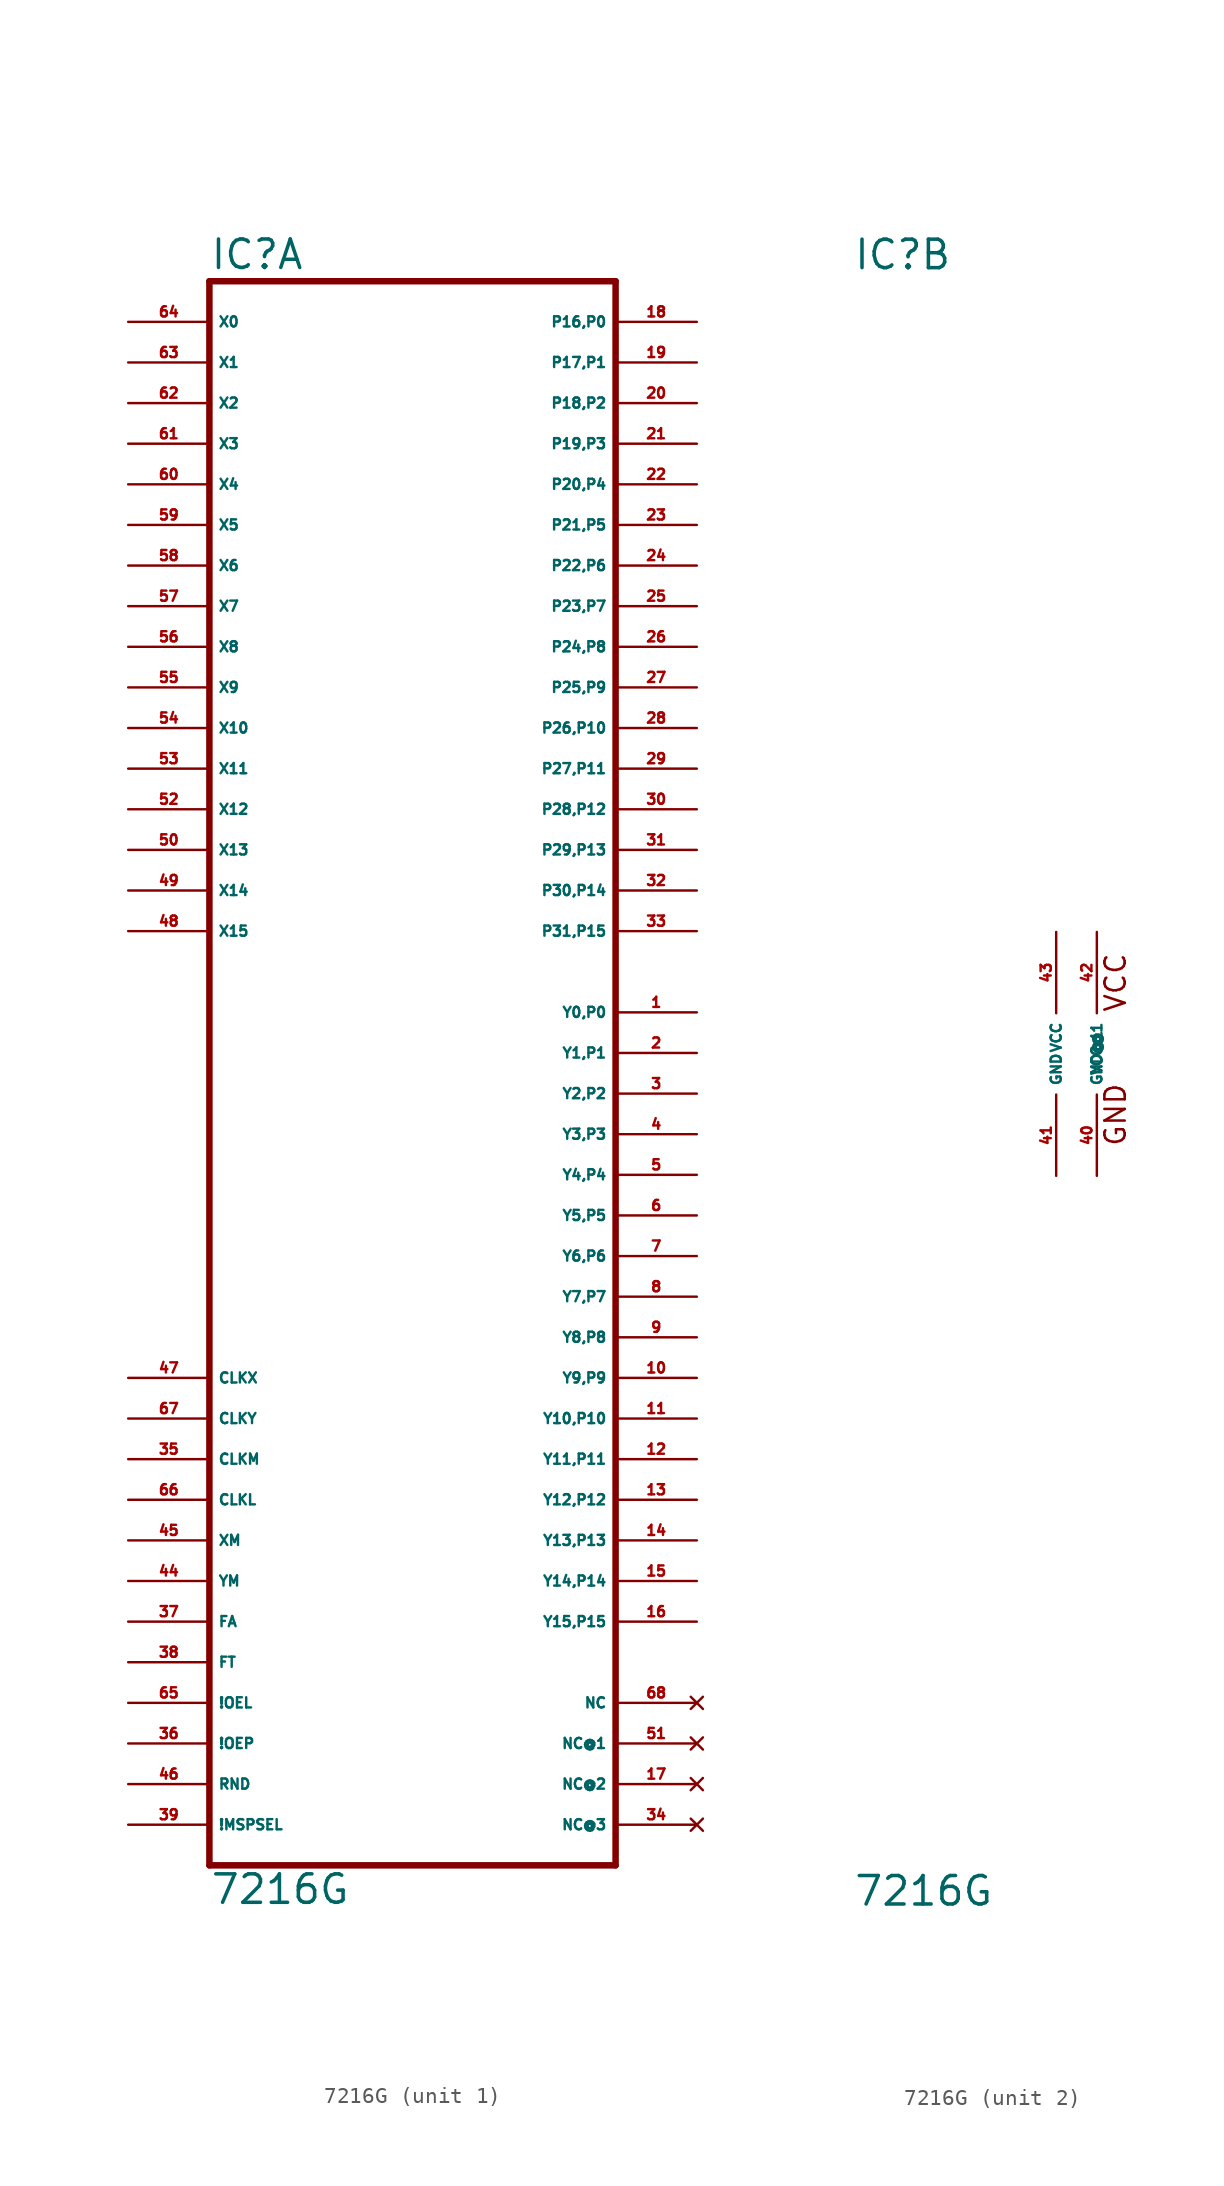
<source format=kicad_sym>
(kicad_symbol_lib
  (version 20220914)
  (generator Eagle2Kicad)
  (symbol "7216G"
    (property "Reference" "IC"
      (at -12.7 48.895 0)
      (effects (font (size 1.778 1.778) (thickness 0.22)) (justify left bottom)))
    (property "Value" "7216G"
      (at -12.7 -53.34 0)
      (effects (font (size 1.778 1.778) (thickness 0.22)) (justify left bottom)))
    (symbol "7216G_1_0"
      (polyline (pts (xy -12.7 -50.8) (xy 12.7 -50.8)) (stroke (width 0.406) (type default)) (fill (type none)))
      (polyline (pts (xy 12.7 -50.8) (xy 12.7 48.26)) (stroke (width 0.406) (type default)) (fill (type none)))
      (polyline (pts (xy 12.7 48.26) (xy -12.7 48.26)) (stroke (width 0.406) (type default)) (fill (type none)))
      (polyline (pts (xy -12.7 48.26) (xy -12.7 -50.8)) (stroke (width 0.406) (type default)) (fill (type none)))
      (pin input line (at -17.78 45.72 0) (length 5.08) (name "X0" (effects (font (size 0.635 0.635) (thickness 0.08)) (justify left bottom))) (number "64" (effects (font (size 0.635 0.635) (thickness 0.08)) (justify left bottom))))
      (pin input line (at -17.78 43.18 0) (length 5.08) (name "X1" (effects (font (size 0.635 0.635) (thickness 0.08)) (justify left bottom))) (number "63" (effects (font (size 0.635 0.635) (thickness 0.08)) (justify left bottom))))
      (pin input line (at -17.78 40.64 0) (length 5.08) (name "X2" (effects (font (size 0.635 0.635) (thickness 0.08)) (justify left bottom))) (number "62" (effects (font (size 0.635 0.635) (thickness 0.08)) (justify left bottom))))
      (pin input line (at -17.78 38.1 0) (length 5.08) (name "X3" (effects (font (size 0.635 0.635) (thickness 0.08)) (justify left bottom))) (number "61" (effects (font (size 0.635 0.635) (thickness 0.08)) (justify left bottom))))
      (pin input line (at -17.78 35.56 0) (length 5.08) (name "X4" (effects (font (size 0.635 0.635) (thickness 0.08)) (justify left bottom))) (number "60" (effects (font (size 0.635 0.635) (thickness 0.08)) (justify left bottom))))
      (pin input line (at -17.78 33.02 0) (length 5.08) (name "X5" (effects (font (size 0.635 0.635) (thickness 0.08)) (justify left bottom))) (number "59" (effects (font (size 0.635 0.635) (thickness 0.08)) (justify left bottom))))
      (pin input line (at -17.78 30.48 0) (length 5.08) (name "X6" (effects (font (size 0.635 0.635) (thickness 0.08)) (justify left bottom))) (number "58" (effects (font (size 0.635 0.635) (thickness 0.08)) (justify left bottom))))
      (pin input line (at -17.78 27.94 0) (length 5.08) (name "X7" (effects (font (size 0.635 0.635) (thickness 0.08)) (justify left bottom))) (number "57" (effects (font (size 0.635 0.635) (thickness 0.08)) (justify left bottom))))
      (pin input line (at -17.78 25.4 0) (length 5.08) (name "X8" (effects (font (size 0.635 0.635) (thickness 0.08)) (justify left bottom))) (number "56" (effects (font (size 0.635 0.635) (thickness 0.08)) (justify left bottom))))
      (pin input line (at -17.78 22.86 0) (length 5.08) (name "X9" (effects (font (size 0.635 0.635) (thickness 0.08)) (justify left bottom))) (number "55" (effects (font (size 0.635 0.635) (thickness 0.08)) (justify left bottom))))
      (pin input line (at -17.78 20.32 0) (length 5.08) (name "X10" (effects (font (size 0.635 0.635) (thickness 0.08)) (justify left bottom))) (number "54" (effects (font (size 0.635 0.635) (thickness 0.08)) (justify left bottom))))
      (pin input line (at -17.78 17.78 0) (length 5.08) (name "X11" (effects (font (size 0.635 0.635) (thickness 0.08)) (justify left bottom))) (number "53" (effects (font (size 0.635 0.635) (thickness 0.08)) (justify left bottom))))
      (pin input line (at -17.78 15.24 0) (length 5.08) (name "X12" (effects (font (size 0.635 0.635) (thickness 0.08)) (justify left bottom))) (number "52" (effects (font (size 0.635 0.635) (thickness 0.08)) (justify left bottom))))
      (pin input line (at -17.78 12.7 0) (length 5.08) (name "X13" (effects (font (size 0.635 0.635) (thickness 0.08)) (justify left bottom))) (number "50" (effects (font (size 0.635 0.635) (thickness 0.08)) (justify left bottom))))
      (pin input line (at -17.78 10.16 0) (length 5.08) (name "X14" (effects (font (size 0.635 0.635) (thickness 0.08)) (justify left bottom))) (number "49" (effects (font (size 0.635 0.635) (thickness 0.08)) (justify left bottom))))
      (pin input line (at -17.78 7.62 0) (length 5.08) (name "X15" (effects (font (size 0.635 0.635) (thickness 0.08)) (justify left bottom))) (number "48" (effects (font (size 0.635 0.635) (thickness 0.08)) (justify left bottom))))
      (pin bidirectional line (at 17.78 -35.56 180) (length 5.08) (name "Y15,P15" (effects (font (size 0.635 0.635) (thickness 0.08)) (justify left bottom))) (number "16" (effects (font (size 0.635 0.635) (thickness 0.08)) (justify left bottom))))
      (pin bidirectional line (at 17.78 -33.02 180) (length 5.08) (name "Y14,P14" (effects (font (size 0.635 0.635) (thickness 0.08)) (justify left bottom))) (number "15" (effects (font (size 0.635 0.635) (thickness 0.08)) (justify left bottom))))
      (pin bidirectional line (at 17.78 -30.48 180) (length 5.08) (name "Y13,P13" (effects (font (size 0.635 0.635) (thickness 0.08)) (justify left bottom))) (number "14" (effects (font (size 0.635 0.635) (thickness 0.08)) (justify left bottom))))
      (pin bidirectional line (at 17.78 -27.94 180) (length 5.08) (name "Y12,P12" (effects (font (size 0.635 0.635) (thickness 0.08)) (justify left bottom))) (number "13" (effects (font (size 0.635 0.635) (thickness 0.08)) (justify left bottom))))
      (pin bidirectional line (at 17.78 -25.4 180) (length 5.08) (name "Y11,P11" (effects (font (size 0.635 0.635) (thickness 0.08)) (justify left bottom))) (number "12" (effects (font (size 0.635 0.635) (thickness 0.08)) (justify left bottom))))
      (pin bidirectional line (at 17.78 -22.86 180) (length 5.08) (name "Y10,P10" (effects (font (size 0.635 0.635) (thickness 0.08)) (justify left bottom))) (number "11" (effects (font (size 0.635 0.635) (thickness 0.08)) (justify left bottom))))
      (pin bidirectional line (at 17.78 -20.32 180) (length 5.08) (name "Y9,P9" (effects (font (size 0.635 0.635) (thickness 0.08)) (justify left bottom))) (number "10" (effects (font (size 0.635 0.635) (thickness 0.08)) (justify left bottom))))
      (pin bidirectional line (at 17.78 -17.78 180) (length 5.08) (name "Y8,P8" (effects (font (size 0.635 0.635) (thickness 0.08)) (justify left bottom))) (number "9" (effects (font (size 0.635 0.635) (thickness 0.08)) (justify left bottom))))
      (pin bidirectional line (at 17.78 -15.24 180) (length 5.08) (name "Y7,P7" (effects (font (size 0.635 0.635) (thickness 0.08)) (justify left bottom))) (number "8" (effects (font (size 0.635 0.635) (thickness 0.08)) (justify left bottom))))
      (pin bidirectional line (at 17.78 -12.7 180) (length 5.08) (name "Y6,P6" (effects (font (size 0.635 0.635) (thickness 0.08)) (justify left bottom))) (number "7" (effects (font (size 0.635 0.635) (thickness 0.08)) (justify left bottom))))
      (pin bidirectional line (at 17.78 -10.16 180) (length 5.08) (name "Y5,P5" (effects (font (size 0.635 0.635) (thickness 0.08)) (justify left bottom))) (number "6" (effects (font (size 0.635 0.635) (thickness 0.08)) (justify left bottom))))
      (pin bidirectional line (at 17.78 -7.62 180) (length 5.08) (name "Y4,P4" (effects (font (size 0.635 0.635) (thickness 0.08)) (justify left bottom))) (number "5" (effects (font (size 0.635 0.635) (thickness 0.08)) (justify left bottom))))
      (pin bidirectional line (at 17.78 -5.08 180) (length 5.08) (name "Y3,P3" (effects (font (size 0.635 0.635) (thickness 0.08)) (justify left bottom))) (number "4" (effects (font (size 0.635 0.635) (thickness 0.08)) (justify left bottom))))
      (pin bidirectional line (at 17.78 -2.54 180) (length 5.08) (name "Y2,P2" (effects (font (size 0.635 0.635) (thickness 0.08)) (justify left bottom))) (number "3" (effects (font (size 0.635 0.635) (thickness 0.08)) (justify left bottom))))
      (pin bidirectional line (at 17.78 0 180) (length 5.08) (name "Y1,P1" (effects (font (size 0.635 0.635) (thickness 0.08)) (justify left bottom))) (number "2" (effects (font (size 0.635 0.635) (thickness 0.08)) (justify left bottom))))
      (pin bidirectional line (at 17.78 2.54 180) (length 5.08) (name "Y0,P0" (effects (font (size 0.635 0.635) (thickness 0.08)) (justify left bottom))) (number "1" (effects (font (size 0.635 0.635) (thickness 0.08)) (justify left bottom))))
      (pin input line (at -17.78 -20.32 0) (length 5.08) (name "CLKX" (effects (font (size 0.635 0.635) (thickness 0.08)) (justify left bottom))) (number "47" (effects (font (size 0.635 0.635) (thickness 0.08)) (justify left bottom))))
      (pin input line (at -17.78 -22.86 0) (length 5.08) (name "CLKY" (effects (font (size 0.635 0.635) (thickness 0.08)) (justify left bottom))) (number "67" (effects (font (size 0.635 0.635) (thickness 0.08)) (justify left bottom))))
      (pin input line (at -17.78 -25.4 0) (length 5.08) (name "CLKM" (effects (font (size 0.635 0.635) (thickness 0.08)) (justify left bottom))) (number "35" (effects (font (size 0.635 0.635) (thickness 0.08)) (justify left bottom))))
      (pin input line (at -17.78 -27.94 0) (length 5.08) (name "CLKL" (effects (font (size 0.635 0.635) (thickness 0.08)) (justify left bottom))) (number "66" (effects (font (size 0.635 0.635) (thickness 0.08)) (justify left bottom))))
      (pin input line (at -17.78 -30.48 0) (length 5.08) (name "XM" (effects (font (size 0.635 0.635) (thickness 0.08)) (justify left bottom))) (number "45" (effects (font (size 0.635 0.635) (thickness 0.08)) (justify left bottom))))
      (pin input line (at -17.78 -33.02 0) (length 5.08) (name "YM" (effects (font (size 0.635 0.635) (thickness 0.08)) (justify left bottom))) (number "44" (effects (font (size 0.635 0.635) (thickness 0.08)) (justify left bottom))))
      (pin input line (at -17.78 -35.56 0) (length 5.08) (name "FA" (effects (font (size 0.635 0.635) (thickness 0.08)) (justify left bottom))) (number "37" (effects (font (size 0.635 0.635) (thickness 0.08)) (justify left bottom))))
      (pin input line (at -17.78 -38.1 0) (length 5.08) (name "FT" (effects (font (size 0.635 0.635) (thickness 0.08)) (justify left bottom))) (number "38" (effects (font (size 0.635 0.635) (thickness 0.08)) (justify left bottom))))
      (pin input line (at -17.78 -40.64 0) (length 5.08) (name "!OEL" (effects (font (size 0.635 0.635) (thickness 0.08)) (justify left bottom))) (number "65" (effects (font (size 0.635 0.635) (thickness 0.08)) (justify left bottom))))
      (pin input line (at -17.78 -43.18 0) (length 5.08) (name "!OEP" (effects (font (size 0.635 0.635) (thickness 0.08)) (justify left bottom))) (number "36" (effects (font (size 0.635 0.635) (thickness 0.08)) (justify left bottom))))
      (pin input line (at -17.78 -45.72 0) (length 5.08) (name "RND" (effects (font (size 0.635 0.635) (thickness 0.08)) (justify left bottom))) (number "46" (effects (font (size 0.635 0.635) (thickness 0.08)) (justify left bottom))))
      (pin input line (at -17.78 -48.26 0) (length 5.08) (name "!MSPSEL" (effects (font (size 0.635 0.635) (thickness 0.08)) (justify left bottom))) (number "39" (effects (font (size 0.635 0.635) (thickness 0.08)) (justify left bottom))))
      (pin output line (at 17.78 45.72 180) (length 5.08) (name "P16,P0" (effects (font (size 0.635 0.635) (thickness 0.08)) (justify left bottom))) (number "18" (effects (font (size 0.635 0.635) (thickness 0.08)) (justify left bottom))))
      (pin output line (at 17.78 43.18 180) (length 5.08) (name "P17,P1" (effects (font (size 0.635 0.635) (thickness 0.08)) (justify left bottom))) (number "19" (effects (font (size 0.635 0.635) (thickness 0.08)) (justify left bottom))))
      (pin output line (at 17.78 40.64 180) (length 5.08) (name "P18,P2" (effects (font (size 0.635 0.635) (thickness 0.08)) (justify left bottom))) (number "20" (effects (font (size 0.635 0.635) (thickness 0.08)) (justify left bottom))))
      (pin output line (at 17.78 38.1 180) (length 5.08) (name "P19,P3" (effects (font (size 0.635 0.635) (thickness 0.08)) (justify left bottom))) (number "21" (effects (font (size 0.635 0.635) (thickness 0.08)) (justify left bottom))))
      (pin output line (at 17.78 35.56 180) (length 5.08) (name "P20,P4" (effects (font (size 0.635 0.635) (thickness 0.08)) (justify left bottom))) (number "22" (effects (font (size 0.635 0.635) (thickness 0.08)) (justify left bottom))))
      (pin output line (at 17.78 33.02 180) (length 5.08) (name "P21,P5" (effects (font (size 0.635 0.635) (thickness 0.08)) (justify left bottom))) (number "23" (effects (font (size 0.635 0.635) (thickness 0.08)) (justify left bottom))))
      (pin output line (at 17.78 30.48 180) (length 5.08) (name "P22,P6" (effects (font (size 0.635 0.635) (thickness 0.08)) (justify left bottom))) (number "24" (effects (font (size 0.635 0.635) (thickness 0.08)) (justify left bottom))))
      (pin output line (at 17.78 27.94 180) (length 5.08) (name "P23,P7" (effects (font (size 0.635 0.635) (thickness 0.08)) (justify left bottom))) (number "25" (effects (font (size 0.635 0.635) (thickness 0.08)) (justify left bottom))))
      (pin output line (at 17.78 25.4 180) (length 5.08) (name "P24,P8" (effects (font (size 0.635 0.635) (thickness 0.08)) (justify left bottom))) (number "26" (effects (font (size 0.635 0.635) (thickness 0.08)) (justify left bottom))))
      (pin output line (at 17.78 22.86 180) (length 5.08) (name "P25,P9" (effects (font (size 0.635 0.635) (thickness 0.08)) (justify left bottom))) (number "27" (effects (font (size 0.635 0.635) (thickness 0.08)) (justify left bottom))))
      (pin output line (at 17.78 20.32 180) (length 5.08) (name "P26,P10" (effects (font (size 0.635 0.635) (thickness 0.08)) (justify left bottom))) (number "28" (effects (font (size 0.635 0.635) (thickness 0.08)) (justify left bottom))))
      (pin output line (at 17.78 17.78 180) (length 5.08) (name "P27,P11" (effects (font (size 0.635 0.635) (thickness 0.08)) (justify left bottom))) (number "29" (effects (font (size 0.635 0.635) (thickness 0.08)) (justify left bottom))))
      (pin output line (at 17.78 15.24 180) (length 5.08) (name "P28,P12" (effects (font (size 0.635 0.635) (thickness 0.08)) (justify left bottom))) (number "30" (effects (font (size 0.635 0.635) (thickness 0.08)) (justify left bottom))))
      (pin output line (at 17.78 12.7 180) (length 5.08) (name "P29,P13" (effects (font (size 0.635 0.635) (thickness 0.08)) (justify left bottom))) (number "31" (effects (font (size 0.635 0.635) (thickness 0.08)) (justify left bottom))))
      (pin output line (at 17.78 10.16 180) (length 5.08) (name "P30,P14" (effects (font (size 0.635 0.635) (thickness 0.08)) (justify left bottom))) (number "32" (effects (font (size 0.635 0.635) (thickness 0.08)) (justify left bottom))))
      (pin output line (at 17.78 7.62 180) (length 5.08) (name "P31,P15" (effects (font (size 0.635 0.635) (thickness 0.08)) (justify left bottom))) (number "33" (effects (font (size 0.635 0.635) (thickness 0.08)) (justify left bottom))))
      (pin no_connect line (at 17.78 -40.64 180) (length 5.08) (name "NC" (effects (font (size 0.635 0.635) (thickness 0.08)) (justify left bottom) hide)) (number "68" (effects (font (size 0.635 0.635) (thickness 0.08)) (justify left bottom) hide)))
      (pin no_connect line (at 17.78 -43.18 180) (length 5.08) (name "NC@1" (effects (font (size 0.635 0.635) (thickness 0.08)) (justify left bottom) hide)) (number "51" (effects (font (size 0.635 0.635) (thickness 0.08)) (justify left bottom) hide)))
      (pin no_connect line (at 17.78 -45.72 180) (length 5.08) (name "NC@2" (effects (font (size 0.635 0.635) (thickness 0.08)) (justify left bottom) hide)) (number "17" (effects (font (size 0.635 0.635) (thickness 0.08)) (justify left bottom) hide)))
      (pin no_connect line (at 17.78 -48.26 180) (length 5.08) (name "NC@3" (effects (font (size 0.635 0.635) (thickness 0.08)) (justify left bottom) hide)) (number "34" (effects (font (size 0.635 0.635) (thickness 0.08)) (justify left bottom) hide))))
    (symbol "7216G_2_0"
      (text "VCC" (at 4.445 2.54 900) (effects (font (size 1.27 1.27) (thickness 0.16)) (justify left bottom)))
      (text "GND" (at 4.445 -5.842 900) (effects (font (size 1.27 1.27) (thickness 0.16)) (justify left bottom)))
      (pin unspecified line (at 0 7.62 270) (length 5.08) (name "VCC" (effects (font (size 0.635 0.635) (thickness 0.08)) (justify left bottom))) (number "43" (effects (font (size 0.635 0.635) (thickness 0.08)) (justify left bottom))))
      (pin unspecified line (at 0 -7.62 90) (length 5.08) (name "GND" (effects (font (size 0.635 0.635) (thickness 0.08)) (justify left bottom))) (number "41" (effects (font (size 0.635 0.635) (thickness 0.08)) (justify left bottom))))
      (pin unspecified line (at 2.54 7.62 270) (length 5.08) (name "VCC@1" (effects (font (size 0.635 0.635) (thickness 0.08)) (justify left bottom))) (number "42" (effects (font (size 0.635 0.635) (thickness 0.08)) (justify left bottom))))
      (pin unspecified line (at 2.54 -7.62 90) (length 5.08) (name "GND@1" (effects (font (size 0.635 0.635) (thickness 0.08)) (justify left bottom))) (number "40" (effects (font (size 0.635 0.635) (thickness 0.08)) (justify left bottom)))))))
</source>
